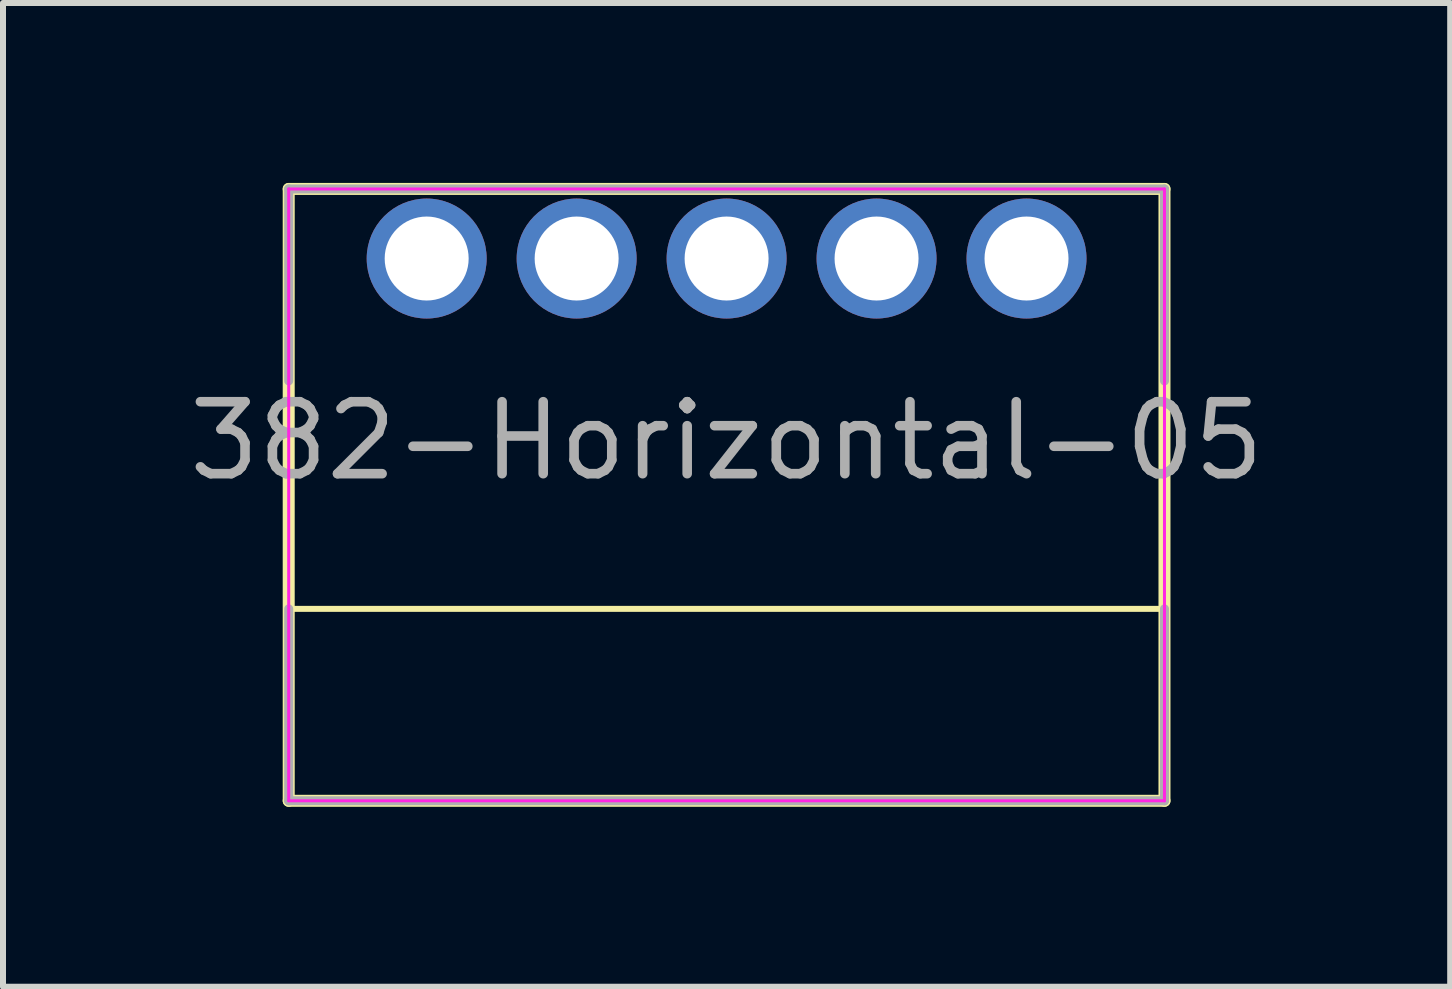
<source format=kicad_pcb>
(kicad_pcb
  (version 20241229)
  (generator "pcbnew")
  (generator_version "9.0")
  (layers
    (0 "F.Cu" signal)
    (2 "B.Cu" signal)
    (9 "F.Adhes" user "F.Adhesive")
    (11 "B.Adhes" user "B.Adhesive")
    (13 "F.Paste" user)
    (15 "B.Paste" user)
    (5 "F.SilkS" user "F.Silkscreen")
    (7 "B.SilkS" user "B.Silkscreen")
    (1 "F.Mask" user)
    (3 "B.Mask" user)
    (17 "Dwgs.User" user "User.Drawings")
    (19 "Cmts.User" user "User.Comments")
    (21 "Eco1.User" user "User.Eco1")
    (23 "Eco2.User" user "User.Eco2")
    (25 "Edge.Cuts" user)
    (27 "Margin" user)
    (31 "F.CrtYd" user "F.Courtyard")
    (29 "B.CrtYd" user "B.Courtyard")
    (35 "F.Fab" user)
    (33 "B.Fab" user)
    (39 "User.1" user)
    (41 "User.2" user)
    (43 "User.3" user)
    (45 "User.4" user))
  (footprint "382-Horizontal-05"
    (layer "F.Cu")
    (at 9.063 1.3)
    (property "Reference" "382-Horizontal-05" (at 0 3 0) (layer "F.Fab") (effects (font (size 1.2 1.2) (thickness 0.16))))
    (attr through_hole)
    (fp_line (start -7.3 -1.2) (end -7.3 9) (stroke (width 0.2) (type solid)) (layer "F.SilkS"))
    (fp_line (start -7.3 -1.2) (end 7.3 -1.2) (stroke (width 0.2) (type solid)) (layer "F.SilkS"))
    (fp_line (start -7.3 5.8) (end 7.3 5.8) (stroke (width 0.1) (type solid)) (layer "F.SilkS"))
    (fp_line (start -7.3 9) (end 7.3 9) (stroke (width 0.2) (type solid)) (layer "F.SilkS"))
    (fp_line (start 7.3 -1.2) (end 7.3 9) (stroke (width 0.2) (type solid)) (layer "F.SilkS"))
    (fp_line (start -7.3 -1.2) (end 7.3 -1.2) (stroke (width 0.05) (type solid)) (layer "F.CrtYd"))
    (fp_line (start -7.3 9) (end -7.3 -1.2) (stroke (width 0.05) (type solid)) (layer "F.CrtYd"))
    (fp_line (start -7.3 9) (end 7.3 9) (stroke (width 0.05) (type solid)) (layer "F.CrtYd"))
    (fp_line (start 7.3 9) (end 7.3 -1.2) (stroke (width 0.05) (type solid)) (layer "F.CrtYd"))
    (fp_line (start -7.3 -1.2) (end 7.3 -1.2) (stroke (width 0.15) (type solid)) (layer "F.Fab"))
    (fp_line (start -7.3 2) (end -7.3 -1.2) (stroke (width 0.15) (type solid)) (layer "F.Fab"))
    (fp_line (start -7.3 9) (end -7.3 5.8) (stroke (width 0.15) (type solid)) (layer "F.Fab"))
    (fp_line (start -7.3 9) (end 7.3 9) (stroke (width 0.15) (type solid)) (layer "F.Fab"))
    (fp_line (start 7.3 2) (end 7.3 -1.2) (stroke (width 0.15) (type solid)) (layer "F.Fab"))
    (fp_line (start 7.3 9) (end 7.3 5.8) (stroke (width 0.15) (type solid)) (layer "F.Fab"))
    (pad "1" thru_hole circle (at -5 -0.04) (size 2 2) (drill 1.4) (layers "*.Cu" "*.Mask"))
    (pad "2" thru_hole circle (at -2.5 -0.04) (size 2 2) (drill 1.4) (layers "*.Cu" "*.Mask"))
    (pad "3" thru_hole circle (at 0 -0.04) (size 2 2) (drill 1.4) (layers "*.Cu" "*.Mask"))
    (pad "4" thru_hole circle (at 2.5 -0.04) (size 2 2) (drill 1.4) (layers "*.Cu" "*.Mask"))
    (pad "5" thru_hole circle (at 5 -0.04) (size 2 2) (drill 1.4) (layers "*.Cu" "*.Mask")))
  (gr_rect
    (start -3 -3)
    (end 21.126 13.4)
    (stroke (width 0.1) (type default))
    (fill no)
    (layer "Edge.Cuts")))
</source>
